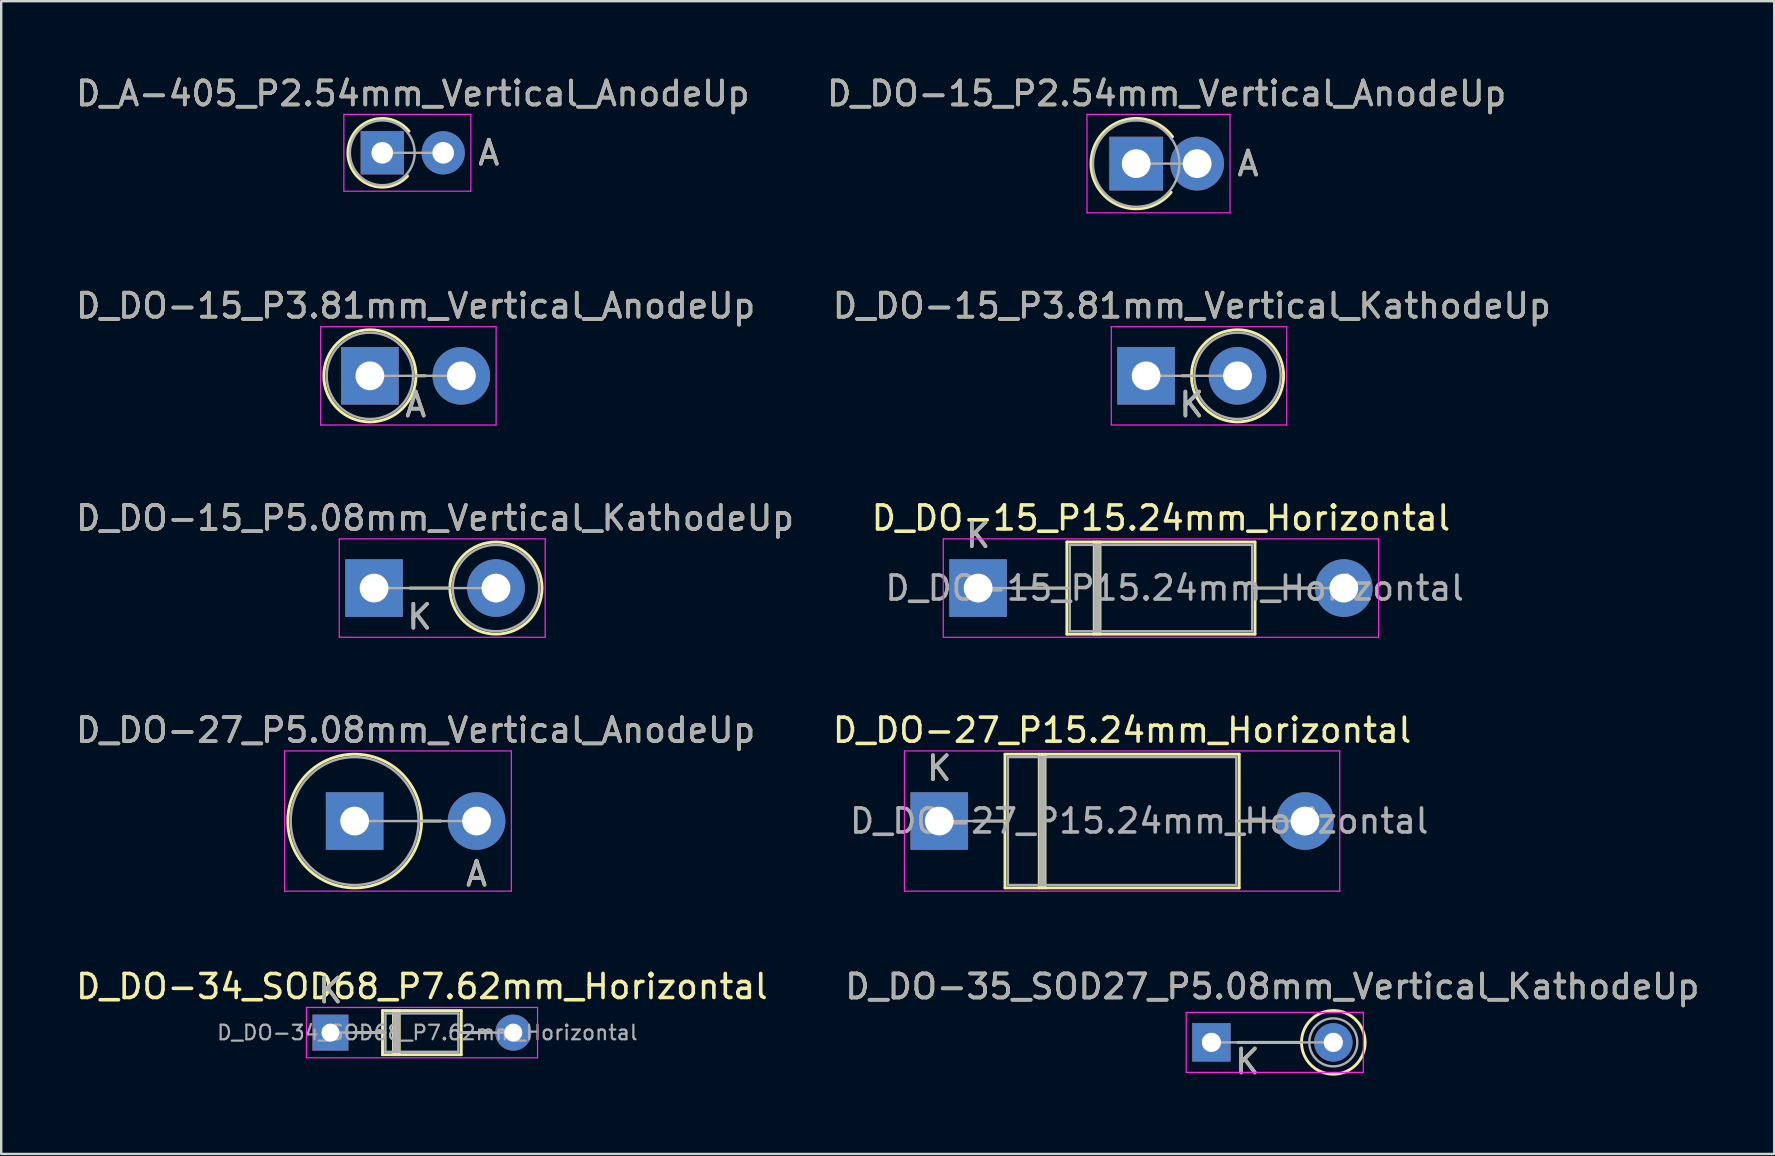
<source format=kicad_pcb>
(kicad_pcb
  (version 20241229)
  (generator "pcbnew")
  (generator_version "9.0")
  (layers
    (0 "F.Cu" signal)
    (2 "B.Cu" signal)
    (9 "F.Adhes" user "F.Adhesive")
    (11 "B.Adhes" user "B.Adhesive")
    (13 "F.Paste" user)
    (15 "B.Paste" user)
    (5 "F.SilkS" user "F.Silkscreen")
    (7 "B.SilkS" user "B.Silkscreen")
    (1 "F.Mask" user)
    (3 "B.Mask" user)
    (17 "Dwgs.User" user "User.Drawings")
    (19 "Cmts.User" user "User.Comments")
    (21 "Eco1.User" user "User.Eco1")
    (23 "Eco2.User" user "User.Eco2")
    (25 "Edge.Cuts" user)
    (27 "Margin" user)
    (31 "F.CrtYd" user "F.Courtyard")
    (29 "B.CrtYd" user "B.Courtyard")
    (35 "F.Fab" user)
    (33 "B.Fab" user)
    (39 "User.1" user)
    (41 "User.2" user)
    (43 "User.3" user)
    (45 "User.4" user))
  (footprint "D_DO-27_P15.24mm_Horizontal"
    (layer "F.Cu")
    (at 36.088 31.163)
    (property "Reference" "D_DO-27_P15.24mm_Horizontal" (at 7.62 -3.785 0) (layer "F.SilkS") (effects (font (size 1 1) (thickness 0.15))))
    (attr through_hole)
    (fp_line (start 1.44 0) (end 2.74 0) (stroke (width 0.12) (type solid)) (layer "F.SilkS"))
    (fp_line (start 2.74 -2.785) (end 2.74 2.785) (stroke (width 0.12) (type solid)) (layer "F.SilkS"))
    (fp_line (start 2.74 2.785) (end 12.5 2.785) (stroke (width 0.12) (type solid)) (layer "F.SilkS"))
    (fp_line (start 4.168 -2.785) (end 4.168 2.785) (stroke (width 0.12) (type solid)) (layer "F.SilkS"))
    (fp_line (start 4.288 -2.785) (end 4.288 2.785) (stroke (width 0.12) (type solid)) (layer "F.SilkS"))
    (fp_line (start 4.408 -2.785) (end 4.408 2.785) (stroke (width 0.12) (type solid)) (layer "F.SilkS"))
    (fp_line (start 12.5 -2.785) (end 2.74 -2.785) (stroke (width 0.12) (type solid)) (layer "F.SilkS"))
    (fp_line (start 12.5 2.785) (end 12.5 -2.785) (stroke (width 0.12) (type solid)) (layer "F.SilkS"))
    (fp_line (start 13.8 0) (end 12.5 0) (stroke (width 0.12) (type solid)) (layer "F.SilkS"))
    (fp_line (start -1.45 -2.92) (end -1.45 2.92) (stroke (width 0.05) (type solid)) (layer "F.CrtYd"))
    (fp_line (start -1.45 2.92) (end 16.69 2.92) (stroke (width 0.05) (type solid)) (layer "F.CrtYd"))
    (fp_line (start 16.69 -2.92) (end -1.45 -2.92) (stroke (width 0.05) (type solid)) (layer "F.CrtYd"))
    (fp_line (start 16.69 2.92) (end 16.69 -2.92) (stroke (width 0.05) (type solid)) (layer "F.CrtYd"))
    (fp_line (start 0 0) (end 2.86 0) (stroke (width 0.1) (type solid)) (layer "F.Fab"))
    (fp_line (start 2.86 -2.665) (end 2.86 2.665) (stroke (width 0.1) (type solid)) (layer "F.Fab"))
    (fp_line (start 2.86 2.665) (end 12.38 2.665) (stroke (width 0.1) (type solid)) (layer "F.Fab"))
    (fp_line (start 4.188 -2.665) (end 4.188 2.665) (stroke (width 0.1) (type solid)) (layer "F.Fab"))
    (fp_line (start 4.288 -2.665) (end 4.288 2.665) (stroke (width 0.1) (type solid)) (layer "F.Fab"))
    (fp_line (start 4.388 -2.665) (end 4.388 2.665) (stroke (width 0.1) (type solid)) (layer "F.Fab"))
    (fp_line (start 12.38 -2.665) (end 2.86 -2.665) (stroke (width 0.1) (type solid)) (layer "F.Fab"))
    (fp_line (start 12.38 2.665) (end 12.38 -2.665) (stroke (width 0.1) (type solid)) (layer "F.Fab"))
    (fp_line (start 15.24 0) (end 12.38 0) (stroke (width 0.1) (type solid)) (layer "F.Fab"))
    (fp_text user "K" (at 0 -2.2 0) (layer "F.SilkS") (effects (font (size 1 1) (thickness 0.15))))
    (fp_text user "${REFERENCE}" (at 8.334 0 0) (layer "F.Fab") (effects (font (size 1 1) (thickness 0.15))))
    (fp_text user "K" (at 0 -2.2 0) (layer "F.Fab") (effects (font (size 1 1) (thickness 0.15))))
    (pad "1" thru_hole rect (at 0 0) (size 2.4 2.4) (drill 1.2) (layers "*.Cu" "*.Mask"))
    (pad "2" thru_hole oval (at 15.24 0) (size 2.4 2.4) (drill 1.2) (layers "*.Cu" "*.Mask")))
  (footprint "D_A-405_P2.54mm_Vertical_AnodeUp"
    (layer "F.Cu")
    (at 12.879 3.318)
    (property "Reference" "D_A-405_P2.54mm_Vertical_AnodeUp" (at 1.27 -2.47 0) (layer "F.SilkS") (effects (font (size 1 1) (thickness 0.15))))
    (attr through_hole)
    (fp_arc (start 1.05385 0.968866) (mid -1.430816 -0.045469) (end 1.113239 -0.9) (stroke (width 0.12) (type solid)) (layer "F.SilkS"))
    (fp_line (start -1.6 -1.6) (end -1.6 1.6) (stroke (width 0.05) (type solid)) (layer "F.CrtYd"))
    (fp_line (start -1.6 1.6) (end 3.69 1.6) (stroke (width 0.05) (type solid)) (layer "F.CrtYd"))
    (fp_line (start 3.69 -1.6) (end -1.6 -1.6) (stroke (width 0.05) (type solid)) (layer "F.CrtYd"))
    (fp_line (start 3.69 1.6) (end 3.69 -1.6) (stroke (width 0.05) (type solid)) (layer "F.CrtYd"))
    (fp_line (start 0 0) (end 2.54 0) (stroke (width 0.1) (type solid)) (layer "F.Fab"))
    (fp_circle (center 0 0) (end 1.35 0) (stroke (width 0.1) (type solid)) (fill no) (layer "F.Fab"))
    (fp_text user "A" (at 4.44 0 0) (layer "F.SilkS") (effects (font (size 1 1) (thickness 0.15))))
    (fp_text user "A" (at 4.44 0 0) (layer "F.Fab") (effects (font (size 1 1) (thickness 0.15))))
    (fp_text user "${REFERENCE}" (at 1.27 -2.47 0) (layer "F.Fab") (effects (font (size 1 1) (thickness 0.15))))
    (pad "1" thru_hole rect (at 0 0) (size 1.8 1.8) (drill 0.9) (layers "*.Cu" "*.Mask"))
    (pad "2" thru_hole oval (at 2.54 0) (size 1.8 1.8) (drill 0.9) (layers "*.Cu" "*.Mask")))
  (footprint "D_DO-15_P3.81mm_Vertical_AnodeUp"
    (layer "F.Cu")
    (at 12.363 12.611)
    (property "Reference" "D_DO-15_P3.81mm_Vertical_AnodeUp" (at 1.905 -2.92 0) (layer "F.SilkS") (effects (font (size 1 1) (thickness 0.15))))
    (attr through_hole)
    (fp_line (start 1.92 0) (end 2.31 0) (stroke (width 0.12) (type solid)) (layer "F.SilkS"))
    (fp_circle (center 0 0) (end 1.92 0) (stroke (width 0.12) (type solid)) (fill no) (layer "F.SilkS"))
    (fp_line (start -2.05 -2.05) (end -2.05 2.05) (stroke (width 0.05) (type solid)) (layer "F.CrtYd"))
    (fp_line (start -2.05 2.05) (end 5.26 2.05) (stroke (width 0.05) (type solid)) (layer "F.CrtYd"))
    (fp_line (start 5.26 -2.05) (end -2.05 -2.05) (stroke (width 0.05) (type solid)) (layer "F.CrtYd"))
    (fp_line (start 5.26 2.05) (end 5.26 -2.05) (stroke (width 0.05) (type solid)) (layer "F.CrtYd"))
    (fp_line (start 0 0) (end 3.81 0) (stroke (width 0.1) (type solid)) (layer "F.Fab"))
    (fp_circle (center 0 0) (end 1.8 0) (stroke (width 0.1) (type solid)) (fill no) (layer "F.Fab"))
    (fp_text user "A" (at 1.91 1.2 0) (layer "F.SilkS") (effects (font (size 1 1) (thickness 0.15))))
    (fp_text user "${REFERENCE}" (at 1.905 -2.92 0) (layer "F.Fab") (effects (font (size 1 1) (thickness 0.15))))
    (fp_text user "A" (at 1.91 1.2 0) (layer "F.Fab") (effects (font (size 1 1) (thickness 0.15))))
    (pad "1" thru_hole rect (at 0 0) (size 2.4 2.4) (drill 1.2) (layers "*.Cu" "*.Mask"))
    (pad "2" thru_hole oval (at 3.81 0) (size 2.4 2.4) (drill 1.2) (layers "*.Cu" "*.Mask")))
  (footprint "D_DO-34_SOD68_P7.62mm_Horizontal"
    (layer "F.Cu")
    (at 10.72 39.98)
    (property "Reference" "D_DO-34_SOD68_P7.62mm_Horizontal" (at 3.81 -1.92 0) (layer "F.SilkS") (effects (font (size 1 1) (thickness 0.15))))
    (attr through_hole)
    (fp_line (start 0.99 0) (end 2.17 0) (stroke (width 0.12) (type solid)) (layer "F.SilkS"))
    (fp_line (start 2.17 -0.92) (end 2.17 0.92) (stroke (width 0.12) (type solid)) (layer "F.SilkS"))
    (fp_line (start 2.17 0.92) (end 5.45 0.92) (stroke (width 0.12) (type solid)) (layer "F.SilkS"))
    (fp_line (start 2.626 -0.92) (end 2.626 0.92) (stroke (width 0.12) (type solid)) (layer "F.SilkS"))
    (fp_line (start 2.746 -0.92) (end 2.746 0.92) (stroke (width 0.12) (type solid)) (layer "F.SilkS"))
    (fp_line (start 2.866 -0.92) (end 2.866 0.92) (stroke (width 0.12) (type solid)) (layer "F.SilkS"))
    (fp_line (start 5.45 -0.92) (end 2.17 -0.92) (stroke (width 0.12) (type solid)) (layer "F.SilkS"))
    (fp_line (start 5.45 0.92) (end 5.45 -0.92) (stroke (width 0.12) (type solid)) (layer "F.SilkS"))
    (fp_line (start 6.63 0) (end 5.45 0) (stroke (width 0.12) (type solid)) (layer "F.SilkS"))
    (fp_line (start -1 -1.05) (end -1 1.05) (stroke (width 0.05) (type solid)) (layer "F.CrtYd"))
    (fp_line (start -1 1.05) (end 8.63 1.05) (stroke (width 0.05) (type solid)) (layer "F.CrtYd"))
    (fp_line (start 8.63 -1.05) (end -1 -1.05) (stroke (width 0.05) (type solid)) (layer "F.CrtYd"))
    (fp_line (start 8.63 1.05) (end 8.63 -1.05) (stroke (width 0.05) (type solid)) (layer "F.CrtYd"))
    (fp_line (start 0 0) (end 2.29 0) (stroke (width 0.1) (type solid)) (layer "F.Fab"))
    (fp_line (start 2.29 -0.8) (end 2.29 0.8) (stroke (width 0.1) (type solid)) (layer "F.Fab"))
    (fp_line (start 2.29 0.8) (end 5.33 0.8) (stroke (width 0.1) (type solid)) (layer "F.Fab"))
    (fp_line (start 2.646 -0.8) (end 2.646 0.8) (stroke (width 0.1) (type solid)) (layer "F.Fab"))
    (fp_line (start 2.746 -0.8) (end 2.746 0.8) (stroke (width 0.1) (type solid)) (layer "F.Fab"))
    (fp_line (start 2.846 -0.8) (end 2.846 0.8) (stroke (width 0.1) (type solid)) (layer "F.Fab"))
    (fp_line (start 5.33 -0.8) (end 2.29 -0.8) (stroke (width 0.1) (type solid)) (layer "F.Fab"))
    (fp_line (start 5.33 0.8) (end 5.33 -0.8) (stroke (width 0.1) (type solid)) (layer "F.Fab"))
    (fp_line (start 7.62 0) (end 5.33 0) (stroke (width 0.1) (type solid)) (layer "F.Fab"))
    (fp_text user "K" (at 0 -1.75 0) (layer "F.SilkS") (effects (font (size 1 1) (thickness 0.15))))
    (fp_text user "K" (at 0 -1.75 0) (layer "F.Fab") (effects (font (size 1 1) (thickness 0.15))))
    (fp_text user "${REFERENCE}" (at 4.038 0 0) (layer "F.Fab") (effects (font (size 0.608 0.608) (thickness 0.091))))
    (pad "1" thru_hole rect (at 0 0) (size 1.5 1.5) (drill 0.75) (layers "*.Cu" "*.Mask"))
    (pad "2" thru_hole oval (at 7.62 0) (size 1.5 1.5) (drill 0.75) (layers "*.Cu" "*.Mask")))
  (footprint "D_DO-35_SOD27_P5.08mm_Vertical_KathodeUp"
    (layer "F.Cu")
    (at 47.43 40.386)
    (property "Reference" "D_DO-35_SOD27_P5.08mm_Vertical_KathodeUp" (at 2.54 -2.326 0) (layer "F.SilkS") (effects (font (size 1 1) (thickness 0.15))))
    (attr through_hole)
    (fp_line (start 3.754 0) (end 1.1 0) (stroke (width 0.12) (type solid)) (layer "F.SilkS"))
    (fp_circle (center 5.08 0) (end 6.406 0) (stroke (width 0.12) (type solid)) (fill no) (layer "F.SilkS"))
    (fp_line (start -1.05 -1.25) (end -1.05 1.25) (stroke (width 0.05) (type solid)) (layer "F.CrtYd"))
    (fp_line (start -1.05 1.25) (end 6.33 1.25) (stroke (width 0.05) (type solid)) (layer "F.CrtYd"))
    (fp_line (start 6.33 -1.25) (end -1.05 -1.25) (stroke (width 0.05) (type solid)) (layer "F.CrtYd"))
    (fp_line (start 6.33 1.25) (end 6.33 -1.25) (stroke (width 0.05) (type solid)) (layer "F.CrtYd"))
    (fp_line (start 0 0) (end 5.08 0) (stroke (width 0.1) (type solid)) (layer "F.Fab"))
    (fp_circle (center 5.08 0) (end 6.08 0) (stroke (width 0.1) (type solid)) (fill no) (layer "F.Fab"))
    (fp_text user "K" (at 1.5 0.8 0) (layer "F.SilkS") (effects (font (size 1 1) (thickness 0.15))))
    (fp_text user "K" (at 1.5 0.8 0) (layer "F.Fab") (effects (font (size 1 1) (thickness 0.15))))
    (fp_text user "${REFERENCE}" (at 2.54 -2.326 0) (layer "F.Fab") (effects (font (size 1 1) (thickness 0.15))))
    (pad "1" thru_hole rect (at 0 0) (size 1.6 1.6) (drill 0.8) (layers "*.Cu" "*.Mask"))
    (pad "2" thru_hole oval (at 5.08 0) (size 1.6 1.6) (drill 0.8) (layers "*.Cu" "*.Mask")))
  (footprint "D_DO-15_P2.54mm_Vertical_AnodeUp"
    (layer "F.Cu")
    (at 44.295 3.768)
    (property "Reference" "D_DO-15_P2.54mm_Vertical_AnodeUp" (at 1.27 -2.92 0) (layer "F.SilkS") (effects (font (size 1 1) (thickness 0.15))))
    (attr through_hole)
    (fp_arc (start 1.456371 1.194732) (mid -1.883124 -0.047368) (end 1.514596 -1.12) (stroke (width 0.12) (type solid)) (layer "F.SilkS"))
    (fp_line (start -2.05 -2.05) (end -2.05 2.05) (stroke (width 0.05) (type solid)) (layer "F.CrtYd"))
    (fp_line (start -2.05 2.05) (end 3.91 2.05) (stroke (width 0.05) (type solid)) (layer "F.CrtYd"))
    (fp_line (start 3.91 -2.05) (end -2.05 -2.05) (stroke (width 0.05) (type solid)) (layer "F.CrtYd"))
    (fp_line (start 3.91 2.05) (end 3.91 -2.05) (stroke (width 0.05) (type solid)) (layer "F.CrtYd"))
    (fp_line (start 0 0) (end 2.54 0) (stroke (width 0.1) (type solid)) (layer "F.Fab"))
    (fp_circle (center 0 0) (end 1.8 0) (stroke (width 0.1) (type solid)) (fill no) (layer "F.Fab"))
    (fp_text user "A" (at 4.66 0 0) (layer "F.SilkS") (effects (font (size 1 1) (thickness 0.15))))
    (fp_text user "A" (at 4.66 0 0) (layer "F.Fab") (effects (font (size 1 1) (thickness 0.15))))
    (fp_text user "${REFERENCE}" (at 1.27 -2.92 0) (layer "F.Fab") (effects (font (size 1 1) (thickness 0.15))))
    (pad "1" thru_hole rect (at 0 0) (size 2.24 2.24) (drill 1.2) (layers "*.Cu" "*.Mask"))
    (pad "2" thru_hole oval (at 2.54 0) (size 2.24 2.24) (drill 1.2) (layers "*.Cu" "*.Mask")))
  (footprint "D_DO-27_P5.08mm_Vertical_AnodeUp"
    (layer "F.Cu")
    (at 11.728 31.163)
    (property "Reference" "D_DO-27_P5.08mm_Vertical_AnodeUp" (at 2.54 -3.785 0) (layer "F.SilkS") (effects (font (size 1 1) (thickness 0.15))))
    (attr through_hole)
    (fp_line (start 2.785 0) (end 3.58 0) (stroke (width 0.12) (type solid)) (layer "F.SilkS"))
    (fp_circle (center 0 0) (end 2.785 0) (stroke (width 0.12) (type solid)) (fill no) (layer "F.SilkS"))
    (fp_line (start -2.92 -2.92) (end -2.92 2.92) (stroke (width 0.05) (type solid)) (layer "F.CrtYd"))
    (fp_line (start -2.92 2.92) (end 6.53 2.92) (stroke (width 0.05) (type solid)) (layer "F.CrtYd"))
    (fp_line (start 6.53 -2.92) (end -2.92 -2.92) (stroke (width 0.05) (type solid)) (layer "F.CrtYd"))
    (fp_line (start 6.53 2.92) (end 6.53 -2.92) (stroke (width 0.05) (type solid)) (layer "F.CrtYd"))
    (fp_line (start 0 0) (end 5.08 0) (stroke (width 0.1) (type solid)) (layer "F.Fab"))
    (fp_circle (center 0 0) (end 2.665 0) (stroke (width 0.1) (type solid)) (fill no) (layer "F.Fab"))
    (fp_text user "A" (at 5.08 2.2 0) (layer "F.SilkS") (effects (font (size 1 1) (thickness 0.15))))
    (fp_text user "${REFERENCE}" (at 2.54 -3.785 0) (layer "F.Fab") (effects (font (size 1 1) (thickness 0.15))))
    (fp_text user "A" (at 5.08 2.2 0) (layer "F.Fab") (effects (font (size 1 1) (thickness 0.15))))
    (pad "1" thru_hole rect (at 0 0) (size 2.4 2.4) (drill 1.2) (layers "*.Cu" "*.Mask"))
    (pad "2" thru_hole oval (at 5.08 0) (size 2.4 2.4) (drill 1.2) (layers "*.Cu" "*.Mask")))
  (footprint "D_DO-15_P15.24mm_Horizontal"
    (layer "F.Cu")
    (at 37.707 21.455)
    (property "Reference" "D_DO-15_P15.24mm_Horizontal" (at 7.62 -2.92 0) (layer "F.SilkS") (effects (font (size 1 1) (thickness 0.15))))
    (attr through_hole)
    (fp_line (start 1.44 0) (end 3.7 0) (stroke (width 0.12) (type solid)) (layer "F.SilkS"))
    (fp_line (start 3.7 -1.92) (end 3.7 1.92) (stroke (width 0.12) (type solid)) (layer "F.SilkS"))
    (fp_line (start 3.7 1.92) (end 11.54 1.92) (stroke (width 0.12) (type solid)) (layer "F.SilkS"))
    (fp_line (start 4.84 -1.92) (end 4.84 1.92) (stroke (width 0.12) (type solid)) (layer "F.SilkS"))
    (fp_line (start 4.96 -1.92) (end 4.96 1.92) (stroke (width 0.12) (type solid)) (layer "F.SilkS"))
    (fp_line (start 5.08 -1.92) (end 5.08 1.92) (stroke (width 0.12) (type solid)) (layer "F.SilkS"))
    (fp_line (start 11.54 -1.92) (end 3.7 -1.92) (stroke (width 0.12) (type solid)) (layer "F.SilkS"))
    (fp_line (start 11.54 1.92) (end 11.54 -1.92) (stroke (width 0.12) (type solid)) (layer "F.SilkS"))
    (fp_line (start 13.8 0) (end 11.54 0) (stroke (width 0.12) (type solid)) (layer "F.SilkS"))
    (fp_line (start -1.45 -2.05) (end -1.45 2.05) (stroke (width 0.05) (type solid)) (layer "F.CrtYd"))
    (fp_line (start -1.45 2.05) (end 16.69 2.05) (stroke (width 0.05) (type solid)) (layer "F.CrtYd"))
    (fp_line (start 16.69 -2.05) (end -1.45 -2.05) (stroke (width 0.05) (type solid)) (layer "F.CrtYd"))
    (fp_line (start 16.69 2.05) (end 16.69 -2.05) (stroke (width 0.05) (type solid)) (layer "F.CrtYd"))
    (fp_line (start 0 0) (end 3.82 0) (stroke (width 0.1) (type solid)) (layer "F.Fab"))
    (fp_line (start 3.82 -1.8) (end 3.82 1.8) (stroke (width 0.1) (type solid)) (layer "F.Fab"))
    (fp_line (start 3.82 1.8) (end 11.42 1.8) (stroke (width 0.1) (type solid)) (layer "F.Fab"))
    (fp_line (start 4.86 -1.8) (end 4.86 1.8) (stroke (width 0.1) (type solid)) (layer "F.Fab"))
    (fp_line (start 4.96 -1.8) (end 4.96 1.8) (stroke (width 0.1) (type solid)) (layer "F.Fab"))
    (fp_line (start 5.06 -1.8) (end 5.06 1.8) (stroke (width 0.1) (type solid)) (layer "F.Fab"))
    (fp_line (start 11.42 -1.8) (end 3.82 -1.8) (stroke (width 0.1) (type solid)) (layer "F.Fab"))
    (fp_line (start 11.42 1.8) (end 11.42 -1.8) (stroke (width 0.1) (type solid)) (layer "F.Fab"))
    (fp_line (start 15.24 0) (end 11.42 0) (stroke (width 0.1) (type solid)) (layer "F.Fab"))
    (fp_text user "K" (at 0 -2.2 0) (layer "F.SilkS") (effects (font (size 1 1) (thickness 0.15))))
    (fp_text user "K" (at 0 -2.2 0) (layer "F.Fab") (effects (font (size 1 1) (thickness 0.15))))
    (fp_text user "${REFERENCE}" (at 8.19 0 0) (layer "F.Fab") (effects (font (size 1 1) (thickness 0.15))))
    (pad "1" thru_hole rect (at 0 0) (size 2.4 2.4) (drill 1.2) (layers "*.Cu" "*.Mask"))
    (pad "2" thru_hole oval (at 15.24 0) (size 2.4 2.4) (drill 1.2) (layers "*.Cu" "*.Mask")))
  (footprint "D_DO-15_P3.81mm_Vertical_KathodeUp"
    (layer "F.Cu")
    (at 44.708 12.611)
    (property "Reference" "D_DO-15_P3.81mm_Vertical_KathodeUp" (at 1.905 -2.92 0) (layer "F.SilkS") (effects (font (size 1 1) (thickness 0.15))))
    (attr through_hole)
    (fp_line (start 1.89 0) (end 1.5 0) (stroke (width 0.12) (type solid)) (layer "F.SilkS"))
    (fp_circle (center 3.81 0) (end 5.73 0) (stroke (width 0.12) (type solid)) (fill no) (layer "F.SilkS"))
    (fp_line (start -1.45 -2.05) (end -1.45 2.05) (stroke (width 0.05) (type solid)) (layer "F.CrtYd"))
    (fp_line (start -1.45 2.05) (end 5.86 2.05) (stroke (width 0.05) (type solid)) (layer "F.CrtYd"))
    (fp_line (start 5.86 -2.05) (end -1.45 -2.05) (stroke (width 0.05) (type solid)) (layer "F.CrtYd"))
    (fp_line (start 5.86 2.05) (end 5.86 -2.05) (stroke (width 0.05) (type solid)) (layer "F.CrtYd"))
    (fp_line (start 0 0) (end 3.81 0) (stroke (width 0.1) (type solid)) (layer "F.Fab"))
    (fp_circle (center 3.81 0) (end 5.61 0) (stroke (width 0.1) (type solid)) (fill no) (layer "F.Fab"))
    (fp_text user "K" (at 1.9 1.2 0) (layer "F.SilkS") (effects (font (size 1 1) (thickness 0.15))))
    (fp_text user "${REFERENCE}" (at 1.905 -2.92 0) (layer "F.Fab") (effects (font (size 1 1) (thickness 0.15))))
    (fp_text user "K" (at 1.9 1.2 0) (layer "F.Fab") (effects (font (size 1 1) (thickness 0.15))))
    (pad "1" thru_hole rect (at 0 0) (size 2.4 2.4) (drill 1.2) (layers "*.Cu" "*.Mask"))
    (pad "2" thru_hole oval (at 3.81 0) (size 2.4 2.4) (drill 1.2) (layers "*.Cu" "*.Mask")))
  (footprint "D_DO-15_P5.08mm_Vertical_KathodeUp"
    (layer "F.Cu")
    (at 12.537 21.455)
    (property "Reference" "D_DO-15_P5.08mm_Vertical_KathodeUp" (at 2.54 -2.92 0) (layer "F.SilkS") (effects (font (size 1 1) (thickness 0.15))))
    (attr through_hole)
    (fp_line (start 3.16 0) (end 1.5 0) (stroke (width 0.12) (type solid)) (layer "F.SilkS"))
    (fp_circle (center 5.08 0) (end 7 0) (stroke (width 0.12) (type solid)) (fill no) (layer "F.SilkS"))
    (fp_line (start -1.45 -2.05) (end -1.45 2.05) (stroke (width 0.05) (type solid)) (layer "F.CrtYd"))
    (fp_line (start -1.45 2.05) (end 7.13 2.05) (stroke (width 0.05) (type solid)) (layer "F.CrtYd"))
    (fp_line (start 7.13 -2.05) (end -1.45 -2.05) (stroke (width 0.05) (type solid)) (layer "F.CrtYd"))
    (fp_line (start 7.13 2.05) (end 7.13 -2.05) (stroke (width 0.05) (type solid)) (layer "F.CrtYd"))
    (fp_line (start 0 0) (end 5.08 0) (stroke (width 0.1) (type solid)) (layer "F.Fab"))
    (fp_circle (center 5.08 0) (end 6.88 0) (stroke (width 0.1) (type solid)) (fill no) (layer "F.Fab"))
    (fp_text user "K" (at 1.9 1.2 0) (layer "F.SilkS") (effects (font (size 1 1) (thickness 0.15))))
    (fp_text user "K" (at 1.9 1.2 0) (layer "F.Fab") (effects (font (size 1 1) (thickness 0.15))))
    (fp_text user "${REFERENCE}" (at 2.54 -2.92 0) (layer "F.Fab") (effects (font (size 1 1) (thickness 0.15))))
    (pad "1" thru_hole rect (at 0 0) (size 2.4 2.4) (drill 1.2) (layers "*.Cu" "*.Mask"))
    (pad "2" thru_hole oval (at 5.08 0) (size 2.4 2.4) (drill 1.2) (layers "*.Cu" "*.Mask")))
  (gr_rect
    (start -3 -3)
    (end 70.881 45.034)
    (stroke (width 0.1) (type default))
    (fill no)
    (layer "Edge.Cuts")))
</source>
